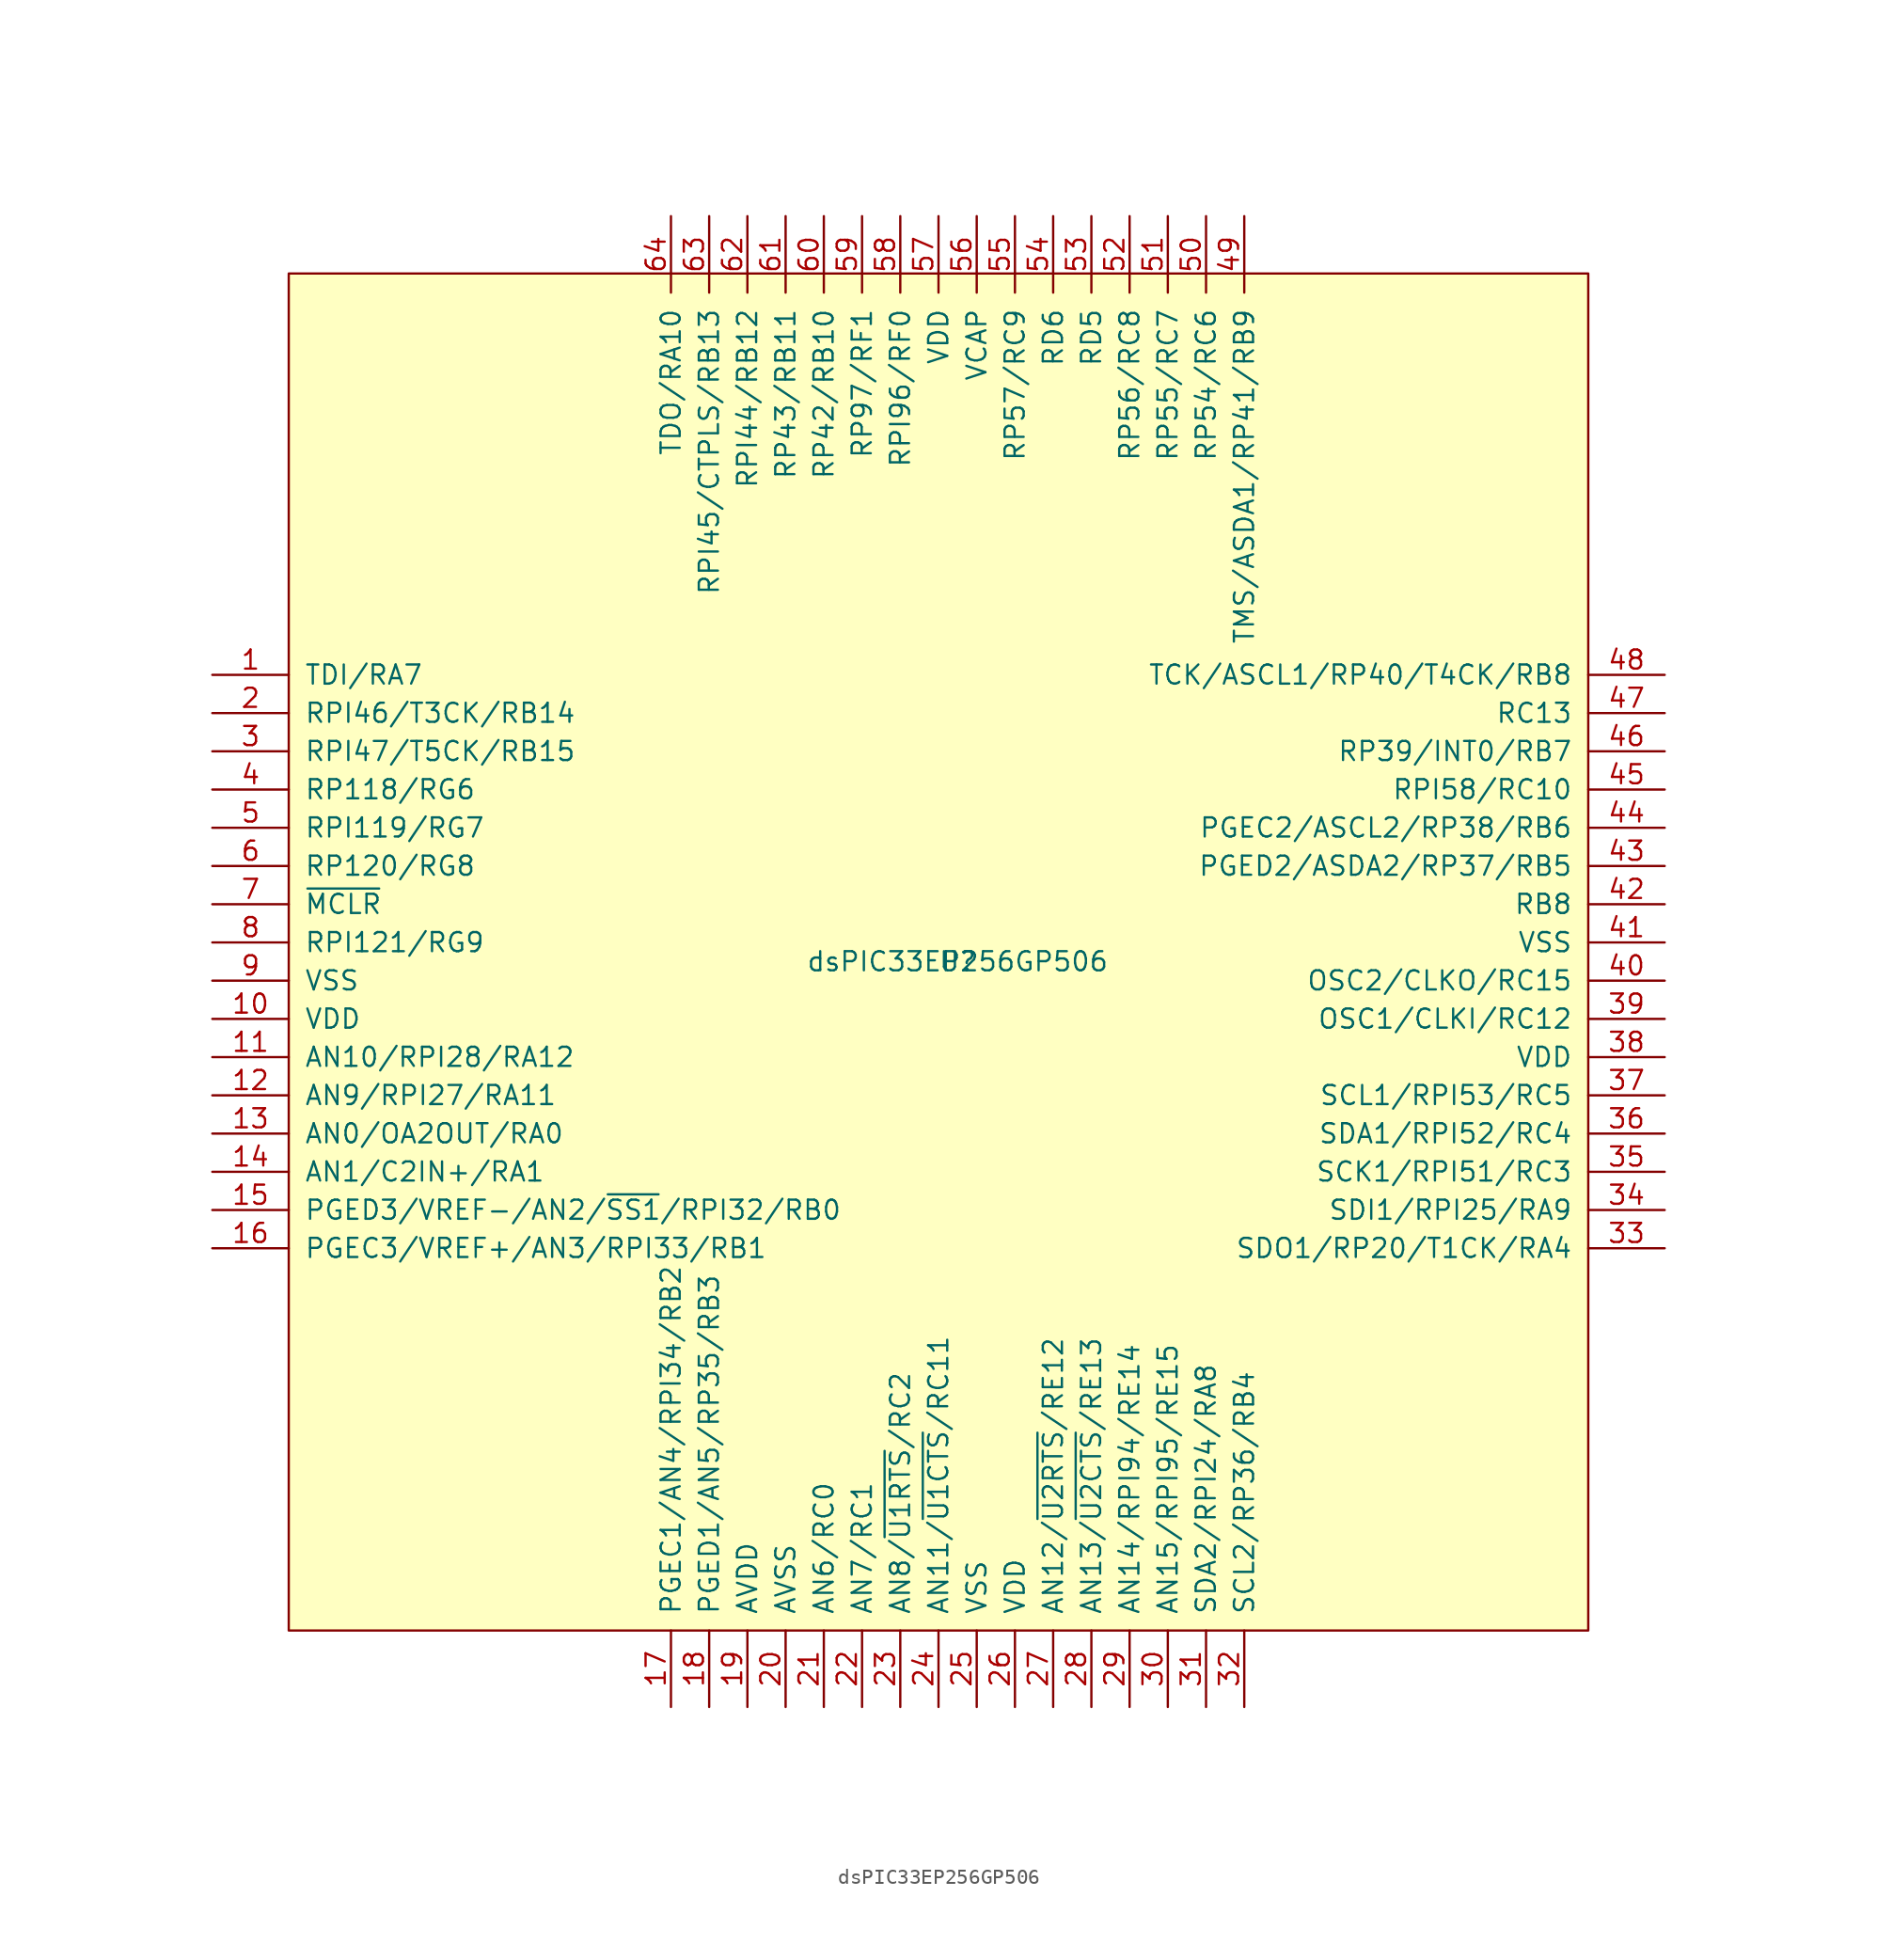
<source format=kicad_sym>
(kicad_symbol_lib
  (version 20211014)
  (generator kicad_symbol_editor)
  (symbol "dsPIC33EP256GP506"
    (pin_names
      (offset 1.016))
    (property "Reference" "U"
      (at 0 0 0)
      (effects (font (size 1.27 1.27))))
    (property "Value" "dsPIC33EP256GP506"
      (at 0 0 0)
      (effects (font (size 1.27 1.27))))
    (symbol "dsPIC33EP256GP506_0_1"
      (rectangle (start -44.45 45.72) (end 41.91 -44.45) (stroke (width 0) (type default) (color 0 0 0 0)) (fill (type background))))
    (symbol "dsPIC33EP256GP506_1_1"
      (pin bidirectional line (at -49.53 19.05 0) (length 5.08) (name "TDI/RA7" (effects (font (size 1.27 1.27)))) (number "1" (effects (font (size 1.27 1.27)))))
      (pin power_in line (at -49.53 -3.81 0) (length 5.08) (name "VDD" (effects (font (size 1.27 1.27)))) (number "10" (effects (font (size 1.27 1.27)))))
      (pin bidirectional line (at -49.53 -6.35 0) (length 5.08) (name "AN10/RPI28/RA12" (effects (font (size 1.27 1.27)))) (number "11" (effects (font (size 1.27 1.27)))))
      (pin bidirectional line (at -49.53 -8.89 0) (length 5.08) (name "AN9/RPI27/RA11" (effects (font (size 1.27 1.27)))) (number "12" (effects (font (size 1.27 1.27)))))
      (pin bidirectional line (at -49.53 -11.43 0) (length 5.08) (name "AN0/OA2OUT/RA0" (effects (font (size 1.27 1.27)))) (number "13" (effects (font (size 1.27 1.27)))))
      (pin bidirectional line (at -49.53 -13.97 0) (length 5.08) (name "AN1/C2IN+/RA1" (effects (font (size 1.27 1.27)))) (number "14" (effects (font (size 1.27 1.27)))))
      (pin bidirectional line (at -49.53 -16.51 0) (length 5.08) (name "PGED3/VREF-/AN2/~{SS1}/RPI32/RB0" (effects (font (size 1.27 1.27)))) (number "15" (effects (font (size 1.27 1.27)))))
      (pin bidirectional line (at -49.53 -19.05 0) (length 5.08) (name "PGEC3/VREF+/AN3/RPI33/RB1" (effects (font (size 1.27 1.27)))) (number "16" (effects (font (size 1.27 1.27)))))
      (pin bidirectional line (at -19.05 -49.53 90) (length 5.08) (name "PGEC1/AN4/RPI34/RB2" (effects (font (size 1.27 1.27)))) (number "17" (effects (font (size 1.27 1.27)))))
      (pin bidirectional line (at -16.51 -49.53 90) (length 5.08) (name "PGED1/AN5/RP35/RB3" (effects (font (size 1.27 1.27)))) (number "18" (effects (font (size 1.27 1.27)))))
      (pin power_in line (at -13.97 -49.53 90) (length 5.08) (name "AVDD" (effects (font (size 1.27 1.27)))) (number "19" (effects (font (size 1.27 1.27)))))
      (pin bidirectional line (at -49.53 16.51 0) (length 5.08) (name "RPI46/T3CK/RB14" (effects (font (size 1.27 1.27)))) (number "2" (effects (font (size 1.27 1.27)))))
      (pin power_in line (at -11.43 -49.53 90) (length 5.08) (name "AVSS" (effects (font (size 1.27 1.27)))) (number "20" (effects (font (size 1.27 1.27)))))
      (pin power_in line (at -8.89 -49.53 90) (length 5.08) (name "AN6/RC0" (effects (font (size 1.27 1.27)))) (number "21" (effects (font (size 1.27 1.27)))))
      (pin bidirectional line (at -6.35 -49.53 90) (length 5.08) (name "AN7/RC1" (effects (font (size 1.27 1.27)))) (number "22" (effects (font (size 1.27 1.27)))))
      (pin bidirectional line (at -3.81 -49.53 90) (length 5.08) (name "AN8/~{U1RTS}/RC2" (effects (font (size 1.27 1.27)))) (number "23" (effects (font (size 1.27 1.27)))))
      (pin bidirectional line (at -1.27 -49.53 90) (length 5.08) (name "AN11/~{U1CTS}/RC11" (effects (font (size 1.27 1.27)))) (number "24" (effects (font (size 1.27 1.27)))))
      (pin power_in line (at 1.27 -49.53 90) (length 5.08) (name "VSS" (effects (font (size 1.27 1.27)))) (number "25" (effects (font (size 1.27 1.27)))))
      (pin power_in line (at 3.81 -49.53 90) (length 5.08) (name "VDD" (effects (font (size 1.27 1.27)))) (number "26" (effects (font (size 1.27 1.27)))))
      (pin bidirectional line (at 6.35 -49.53 90) (length 5.08) (name "AN12/~{U2RTS}/RE12" (effects (font (size 1.27 1.27)))) (number "27" (effects (font (size 1.27 1.27)))))
      (pin bidirectional line (at 8.89 -49.53 90) (length 5.08) (name "AN13/~{U2CTS}/RE13" (effects (font (size 1.27 1.27)))) (number "28" (effects (font (size 1.27 1.27)))))
      (pin bidirectional line (at 11.43 -49.53 90) (length 5.08) (name "AN14/RPI94/RE14" (effects (font (size 1.27 1.27)))) (number "29" (effects (font (size 1.27 1.27)))))
      (pin bidirectional line (at -49.53 13.97 0) (length 5.08) (name "RPI47/T5CK/RB15" (effects (font (size 1.27 1.27)))) (number "3" (effects (font (size 1.27 1.27)))))
      (pin bidirectional line (at 13.97 -49.53 90) (length 5.08) (name "AN15/RPI95/RE15" (effects (font (size 1.27 1.27)))) (number "30" (effects (font (size 1.27 1.27)))))
      (pin bidirectional line (at 16.51 -49.53 90) (length 5.08) (name "SDA2/RPI24/RA8" (effects (font (size 1.27 1.27)))) (number "31" (effects (font (size 1.27 1.27)))))
      (pin bidirectional line (at 19.05 -49.53 90) (length 5.08) (name "SCL2/RP36/RB4" (effects (font (size 1.27 1.27)))) (number "32" (effects (font (size 1.27 1.27)))))
      (pin bidirectional line (at 46.99 -19.05 180) (length 5.08) (name "SDO1/RP20/T1CK/RA4" (effects (font (size 1.27 1.27)))) (number "33" (effects (font (size 1.27 1.27)))))
      (pin bidirectional line (at 46.99 -16.51 180) (length 5.08) (name "SDI1/RPI25/RA9" (effects (font (size 1.27 1.27)))) (number "34" (effects (font (size 1.27 1.27)))))
      (pin bidirectional line (at 46.99 -13.97 180) (length 5.08) (name "SCK1/RPI51/RC3" (effects (font (size 1.27 1.27)))) (number "35" (effects (font (size 1.27 1.27)))))
      (pin bidirectional line (at 46.99 -11.43 180) (length 5.08) (name "SDA1/RPI52/RC4" (effects (font (size 1.27 1.27)))) (number "36" (effects (font (size 1.27 1.27)))))
      (pin bidirectional line (at 46.99 -8.89 180) (length 5.08) (name "SCL1/RPI53/RC5" (effects (font (size 1.27 1.27)))) (number "37" (effects (font (size 1.27 1.27)))))
      (pin power_in line (at 46.99 -6.35 180) (length 5.08) (name "VDD" (effects (font (size 1.27 1.27)))) (number "38" (effects (font (size 1.27 1.27)))))
      (pin bidirectional line (at 46.99 -3.81 180) (length 5.08) (name "OSC1/CLKI/RC12" (effects (font (size 1.27 1.27)))) (number "39" (effects (font (size 1.27 1.27)))))
      (pin bidirectional line (at -49.53 11.43 0) (length 5.08) (name "RP118/RG6" (effects (font (size 1.27 1.27)))) (number "4" (effects (font (size 1.27 1.27)))))
      (pin bidirectional line (at 46.99 -1.27 180) (length 5.08) (name "OSC2/CLKO/RC15" (effects (font (size 1.27 1.27)))) (number "40" (effects (font (size 1.27 1.27)))))
      (pin power_in line (at 46.99 1.27 180) (length 5.08) (name "VSS" (effects (font (size 1.27 1.27)))) (number "41" (effects (font (size 1.27 1.27)))))
      (pin bidirectional line (at 46.99 3.81 180) (length 5.08) (name "RB8" (effects (font (size 1.27 1.27)))) (number "42" (effects (font (size 1.27 1.27)))))
      (pin bidirectional line (at 46.99 6.35 180) (length 5.08) (name "PGED2/ASDA2/RP37/RB5" (effects (font (size 1.27 1.27)))) (number "43" (effects (font (size 1.27 1.27)))))
      (pin bidirectional line (at 46.99 8.89 180) (length 5.08) (name "PGEC2/ASCL2/RP38/RB6" (effects (font (size 1.27 1.27)))) (number "44" (effects (font (size 1.27 1.27)))))
      (pin bidirectional line (at 46.99 11.43 180) (length 5.08) (name "RPI58/RC10" (effects (font (size 1.27 1.27)))) (number "45" (effects (font (size 1.27 1.27)))))
      (pin bidirectional line (at 46.99 13.97 180) (length 5.08) (name "RP39/INT0/RB7" (effects (font (size 1.27 1.27)))) (number "46" (effects (font (size 1.27 1.27)))))
      (pin bidirectional line (at 46.99 16.51 180) (length 5.08) (name "RC13" (effects (font (size 1.27 1.27)))) (number "47" (effects (font (size 1.27 1.27)))))
      (pin bidirectional line (at 46.99 19.05 180) (length 5.08) (name "TCK/ASCL1/RP40/T4CK/RB8" (effects (font (size 1.27 1.27)))) (number "48" (effects (font (size 1.27 1.27)))))
      (pin bidirectional line (at 19.05 49.53 270) (length 5.08) (name "TMS/ASDA1/RP41/RB9" (effects (font (size 1.27 1.27)))) (number "49" (effects (font (size 1.27 1.27)))))
      (pin bidirectional line (at -49.53 8.89 0) (length 5.08) (name "RPI119/RG7" (effects (font (size 1.27 1.27)))) (number "5" (effects (font (size 1.27 1.27)))))
      (pin bidirectional line (at 16.51 49.53 270) (length 5.08) (name "RP54/RC6" (effects (font (size 1.27 1.27)))) (number "50" (effects (font (size 1.27 1.27)))))
      (pin bidirectional line (at 13.97 49.53 270) (length 5.08) (name "RP55/RC7" (effects (font (size 1.27 1.27)))) (number "51" (effects (font (size 1.27 1.27)))))
      (pin bidirectional line (at 11.43 49.53 270) (length 5.08) (name "RP56/RC8" (effects (font (size 1.27 1.27)))) (number "52" (effects (font (size 1.27 1.27)))))
      (pin bidirectional line (at 8.89 49.53 270) (length 5.08) (name "RD5" (effects (font (size 1.27 1.27)))) (number "53" (effects (font (size 1.27 1.27)))))
      (pin bidirectional line (at 6.35 49.53 270) (length 5.08) (name "RD6" (effects (font (size 1.27 1.27)))) (number "54" (effects (font (size 1.27 1.27)))))
      (pin bidirectional line (at 3.81 49.53 270) (length 5.08) (name "RP57/RC9" (effects (font (size 1.27 1.27)))) (number "55" (effects (font (size 1.27 1.27)))))
      (pin power_out line (at 1.27 49.53 270) (length 5.08) (name "VCAP" (effects (font (size 1.27 1.27)))) (number "56" (effects (font (size 1.27 1.27)))))
      (pin power_in line (at -1.27 49.53 270) (length 5.08) (name "VDD" (effects (font (size 1.27 1.27)))) (number "57" (effects (font (size 1.27 1.27)))))
      (pin bidirectional line (at -3.81 49.53 270) (length 5.08) (name "RPI96/RF0" (effects (font (size 1.27 1.27)))) (number "58" (effects (font (size 1.27 1.27)))))
      (pin bidirectional line (at -6.35 49.53 270) (length 5.08) (name "RP97/RF1" (effects (font (size 1.27 1.27)))) (number "59" (effects (font (size 1.27 1.27)))))
      (pin bidirectional line (at -49.53 6.35 0) (length 5.08) (name "RP120/RG8" (effects (font (size 1.27 1.27)))) (number "6" (effects (font (size 1.27 1.27)))))
      (pin bidirectional line (at -8.89 49.53 270) (length 5.08) (name "RP42/RB10" (effects (font (size 1.27 1.27)))) (number "60" (effects (font (size 1.27 1.27)))))
      (pin bidirectional line (at -11.43 49.53 270) (length 5.08) (name "RP43/RB11" (effects (font (size 1.27 1.27)))) (number "61" (effects (font (size 1.27 1.27)))))
      (pin bidirectional line (at -13.97 49.53 270) (length 5.08) (name "RPI44/RB12" (effects (font (size 1.27 1.27)))) (number "62" (effects (font (size 1.27 1.27)))))
      (pin bidirectional line (at -16.51 49.53 270) (length 5.08) (name "RPI45/CTPLS/RB13" (effects (font (size 1.27 1.27)))) (number "63" (effects (font (size 1.27 1.27)))))
      (pin bidirectional line (at -19.05 49.53 270) (length 5.08) (name "TDO/RA10" (effects (font (size 1.27 1.27)))) (number "64" (effects (font (size 1.27 1.27)))))
      (pin input line (at -49.53 3.81 0) (length 5.08) (name "~{MCLR}" (effects (font (size 1.27 1.27)))) (number "7" (effects (font (size 1.27 1.27)))))
      (pin bidirectional line (at -49.53 1.27 0) (length 5.08) (name "RPI121/RG9" (effects (font (size 1.27 1.27)))) (number "8" (effects (font (size 1.27 1.27)))))
      (pin power_in line (at -49.53 -1.27 0) (length 5.08) (name "VSS" (effects (font (size 1.27 1.27)))) (number "9" (effects (font (size 1.27 1.27))))))))
</source>
